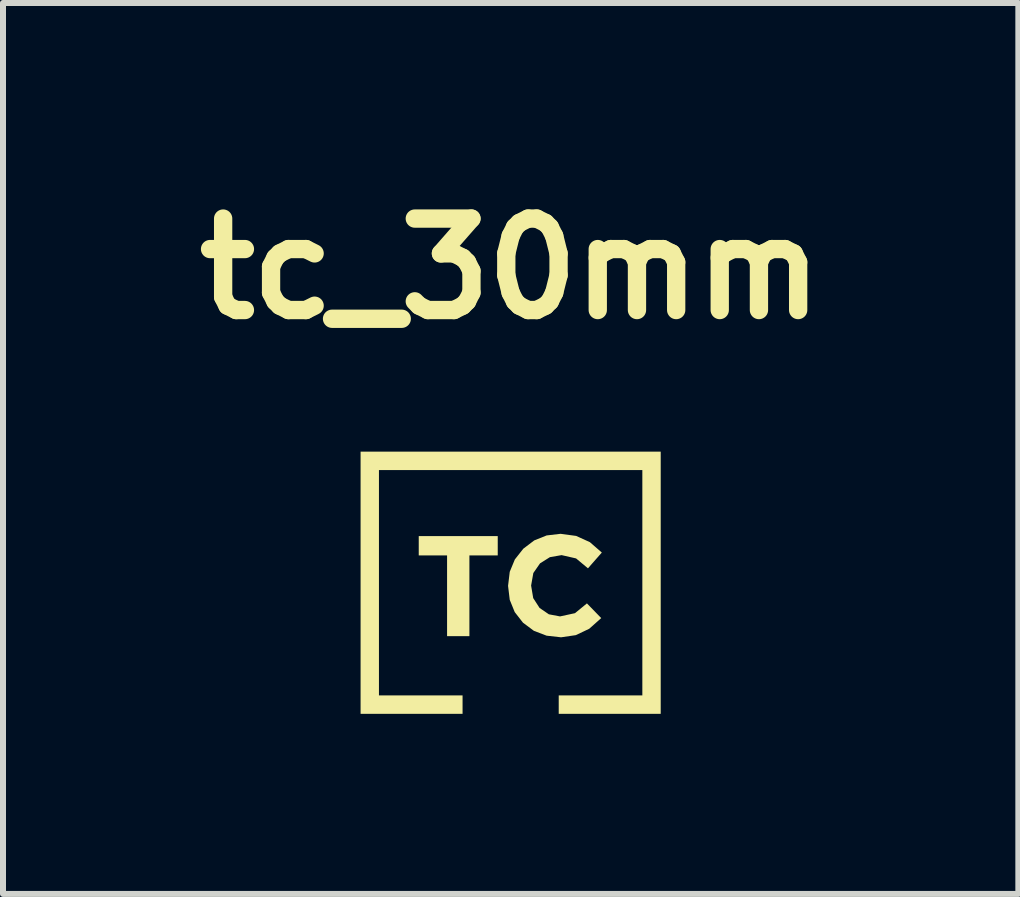
<source format=kicad_pcb>
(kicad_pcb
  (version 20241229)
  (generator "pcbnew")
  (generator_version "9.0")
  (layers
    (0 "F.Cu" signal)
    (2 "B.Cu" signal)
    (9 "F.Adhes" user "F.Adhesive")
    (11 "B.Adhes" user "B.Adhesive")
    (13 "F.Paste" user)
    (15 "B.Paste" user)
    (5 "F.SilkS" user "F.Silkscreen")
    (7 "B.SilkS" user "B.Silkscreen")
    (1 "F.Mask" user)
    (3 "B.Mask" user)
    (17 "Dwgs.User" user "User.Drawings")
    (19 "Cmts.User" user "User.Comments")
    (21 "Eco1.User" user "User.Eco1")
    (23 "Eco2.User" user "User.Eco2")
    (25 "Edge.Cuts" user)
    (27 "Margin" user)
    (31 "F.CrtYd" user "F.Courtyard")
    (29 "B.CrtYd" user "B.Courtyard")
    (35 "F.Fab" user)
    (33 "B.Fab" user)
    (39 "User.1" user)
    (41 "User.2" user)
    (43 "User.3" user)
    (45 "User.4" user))
  (footprint "tc_30mm"
    (layer "F.Cu")
    (at 5.457 6.658)
    (property "Reference" "tc_30mm" (at 0 -5.232 0) (layer "F.SilkS") (effects (font (size 1.524 1.524) (thickness 0.305))))
    (attr smd)
    (fp_poly (pts (xy -0.687 -0.455) (xy -0.687 0.89) (xy -1.059 0.89) (xy -1.059 -0.455) (xy -1.531 -0.455) (xy -1.531 -0.777) (xy -0.215 -0.777) (xy -0.215 -0.455) (xy -0.687 -0.455)) (stroke (width 0) (type solid)) (fill yes) (layer "F.SilkS"))
    (fp_poly (pts (xy 2.194 1.877) (xy 2.194 -1.877) (xy -2.194 -1.877) (xy -2.194 1.877) (xy -0.801 1.877) (xy -0.801 2.184) (xy -2.5 2.184) (xy -2.5 -2.184) (xy 2.5 -2.184) (xy 2.5 2.184) (xy 0.801 2.184) (xy 0.801 1.877) (xy 2.194 1.877)) (stroke (width 0) (type solid)) (fill yes) (layer "F.SilkS"))
    (fp_poly (pts (xy 0.823 0.561) (xy 1.072 0.507) (xy 1.271 0.344) (xy 1.509 0.589) (xy 1.309 0.767) (xy 1.086 0.873) (xy 0.84 0.909) (xy 0.599 0.882) (xy 0.387 0.801) (xy 0.206 0.666) (xy 0.068 0.489) (xy -0.015 0.285) (xy -0.043 0.052) (xy -0.015 -0.182) (xy 0.07 -0.388) (xy 0.211 -0.567) (xy 0.393 -0.705) (xy 0.6 -0.788) (xy 0.832 -0.815) (xy 1.091 -0.78) (xy 1.32 -0.676) (xy 1.519 -0.503) (xy 1.288 -0.24) (xy 1.09 -0.405) (xy 0.849 -0.46) (xy 0.654 -0.426) (xy 0.49 -0.323) (xy 0.378 -0.162) (xy 0.341 0.047) (xy 0.376 0.256) (xy 0.482 0.42) (xy 0.637 0.526) (xy 0.823 0.561)) (stroke (width 0) (type solid)) (fill yes) (layer "F.SilkS")))
  (gr_rect
    (start -3 -3)
    (end 13.915 11.842)
    (stroke (width 0.1) (type default))
    (fill no)
    (layer "Edge.Cuts")))
</source>
